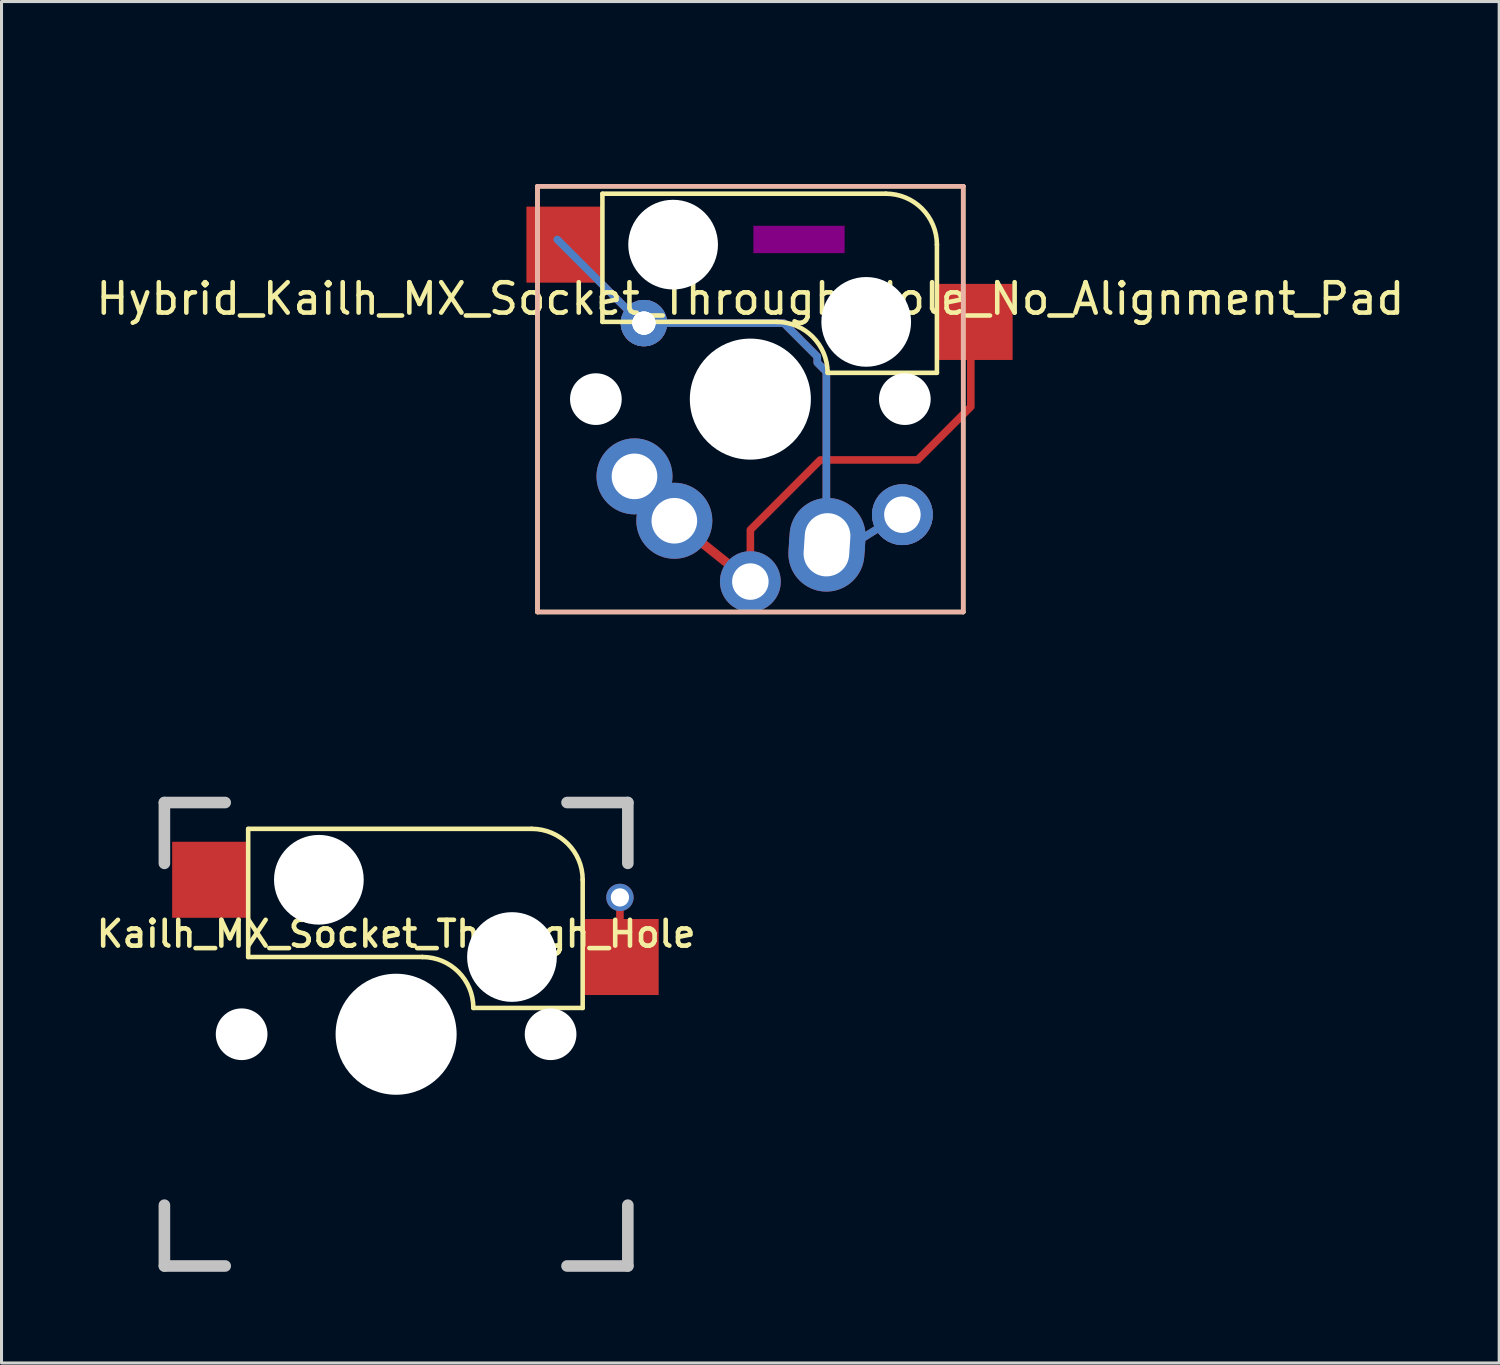
<source format=kicad_pcb>
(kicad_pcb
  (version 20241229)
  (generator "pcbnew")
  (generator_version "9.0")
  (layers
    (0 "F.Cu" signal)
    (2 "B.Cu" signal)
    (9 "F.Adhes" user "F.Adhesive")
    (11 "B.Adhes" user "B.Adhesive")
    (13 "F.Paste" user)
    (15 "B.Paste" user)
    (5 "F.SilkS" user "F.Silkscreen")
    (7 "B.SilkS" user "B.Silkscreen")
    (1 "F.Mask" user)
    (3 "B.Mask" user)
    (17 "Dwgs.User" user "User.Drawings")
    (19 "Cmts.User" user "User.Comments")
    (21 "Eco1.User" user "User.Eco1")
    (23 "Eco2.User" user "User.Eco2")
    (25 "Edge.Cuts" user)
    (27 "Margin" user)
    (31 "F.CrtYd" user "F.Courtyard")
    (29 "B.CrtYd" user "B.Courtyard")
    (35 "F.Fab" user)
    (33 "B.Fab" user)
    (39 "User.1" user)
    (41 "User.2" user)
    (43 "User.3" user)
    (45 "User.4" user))
  (footprint "Hybrid_Kailh_MX_Socket_Through_Hole_No_Alignment_Pad"
    (layer "F.Cu")
    (at 21.625 10.075)
    (property "Reference" "Hybrid_Kailh_MX_Socket_Through_Hole_No_Alignment_Pad" (at 0 -3.3 0) (layer "F.SilkS") (effects (font (size 1 1) (thickness 0.15))))
    (attr through_hole)
    (fp_line (start -7 -7) (end 7 -7) (stroke (width 0.15) (type solid)) (layer "F.SilkS"))
    (fp_line (start -7 7) (end -7 -7) (stroke (width 0.15) (type solid)) (layer "F.SilkS"))
    (fp_line (start -4.865 -6.75) (end -4.865 -2.54) (stroke (width 0.15) (type solid)) (layer "F.SilkS"))
    (fp_line (start 0.865 -2.54) (end -4.865 -2.54) (stroke (width 0.15) (type solid)) (layer "F.SilkS"))
    (fp_line (start 4.46 -6.755) (end -4.865 -6.755) (stroke (width 0.15) (type solid)) (layer "F.SilkS"))
    (fp_line (start 6.135 -5.08) (end 6.135 -0.865) (stroke (width 0.15) (type solid)) (layer "F.SilkS"))
    (fp_line (start 6.135 -0.865) (end 2.54 -0.865) (stroke (width 0.15) (type solid)) (layer "F.SilkS"))
    (fp_line (start 7 -7) (end 7 7) (stroke (width 0.15) (type solid)) (layer "F.SilkS"))
    (fp_line (start 7 7) (end -7 7) (stroke (width 0.15) (type solid)) (layer "F.SilkS"))
    (fp_arc (start 0.865 -2.54) (mid 2.049404 -2.049404) (end 2.54 -0.865) (stroke (width 0.15) (type solid)) (layer "F.SilkS"))
    (fp_arc (start 4.460001 -6.755) (mid 5.644405 -6.264403) (end 6.135 -5.079999) (stroke (width 0.15) (type solid)) (layer "F.SilkS"))
    (fp_line (start -7 -7) (end -7 7) (stroke (width 0.15) (type solid)) (layer "B.SilkS"))
    (fp_line (start -7 7) (end 7 7) (stroke (width 0.15) (type solid)) (layer "B.SilkS"))
    (fp_line (start 7 -7) (end -7 -7) (stroke (width 0.15) (type solid)) (layer "B.SilkS"))
    (fp_line (start 7 7) (end 7 -7) (stroke (width 0.15) (type solid)) (layer "B.SilkS"))
    (fp_poly (pts (xy 0.1 -5.7) (xy 0.1 -4.8) (xy 3.1 -4.8) (xy 3.1 -5.7)) (stroke (width 0) (type solid)) (fill yes) (layer "F.Adhes"))
    (fp_line (start -10 10) (end -10 -10) (stroke (width 0.15) (type solid)) (layer "Eco1.User"))
    (fp_line (start -10 -10) (end 10 -10) (stroke (width 0.15) (type solid)) (layer "Eco1.User"))
    (fp_line (start 10 10) (end -10 10) (stroke (width 0.15) (type solid)) (layer "Eco1.User"))
    (fp_line (start 10 -10) (end 10 10) (stroke (width 0.15) (type solid)) (layer "Eco1.User"))
    (pad "" np_thru_hole circle (at -5.08 0) (size 1.7 1.7) (drill 1.7) (layers "*.Cu" "*.Mask"))
    (pad "" np_thru_hole circle (at -2.54 -5.08) (size 2.95 2.95) (drill 2.95) (layers "*.Cu" "*.Mask"))
    (pad "" np_thru_hole circle (at 0 0) (size 3.98 3.98) (drill 3.98) (layers "*.Cu" "*.Mask"))
    (pad "" np_thru_hole circle (at 3.81 -2.54) (size 2.95 2.95) (drill 2.95) (layers "*.Cu" "*.Mask"))
    (pad "" np_thru_hole circle (at 5.08 0) (size 1.7 1.7) (drill 1.7) (layers "*.Cu" "*.Mask"))
    (pad "1" thru_hole circle (at -3.81 2.54) (size 2.5 2.5) (drill 1.5) (layers "*.Cu" "*.Mask"))
    (pad "1" thru_hole circle (at -2.5 4) (size 2.5 2.5) (drill 1.5) (layers "*.Cu" "*.Mask"))
    (pad "1" thru_hole circle (at 0 6) (size 2 2) (drill 1.2) (layers "*.Cu" "*.Mask"))
    (pad "1" smd rect (at 7.35 -2.54) (size 2.55 2.5) (layers "F.Cu" "F.Mask" "F.Paste"))
    (pad "1" smd custom (at 7.5 -2.5) (size 2 2) (layers "F.Cu") (options (anchor rect)) (primitives (gr_line (start -7.5 6.8) (end -7.5 8.6) (width 0.25)) (gr_line (start -0.25 2.75) (end -2 4.5) (width 0.25)) (gr_line (start -0.25 0.4) (end -0.25 2.75) (width 0.25)) (gr_line (start -11.31 5.04) (end -10 6.5) (width 0.25)) (gr_line (start -2 4.5) (end -5.175 4.5) (width 0.25)) (gr_circle (center -11.31 5.04) (end -11 5.04) (width 1.25) (fill no)) (gr_poly (pts (xy -1.35 -1.225) (xy 1.05 -1.225) (xy 1.05 1.15) (xy -1.35 1.15)) (width 0.1) (fill yes)) (gr_circle (center -10 6.5) (end -9.75 6.5) (width 1.25) (fill no)) (gr_circle (center -7.5 8.5) (end -7.25 8.5) (width 1) (fill no)) (gr_line (start -10 6.5) (end -7.5 8.5) (width 0.3)) (gr_line (start -5.2 4.5) (end -7.5 6.8) (width 0.25))))
    (pad "2" smd rect (at -6.09 -5.08) (size 2.55 2.5) (layers "F.Cu" "F.Mask" "F.Paste"))
    (pad "2" thru_hole circle (at -3.5 -2.5) (size 1.524 1.524) (drill 0.762) (layers "*.Cu"))
    (pad "2" thru_hole custom (at -3.5 -2.5) (size 1.524 1.524) (drill 0.762) (layers "F.Cu") (options (anchor circle)) (primitives (gr_line (start -2.85 -2.75) (end -0.1 0) (width 0.25))))
    (pad "2" thru_hole custom (at -3.5 -2.5) (size 1.524 1.524) (drill 0.762) (layers "B.Cu") (options (anchor circle)) (primitives (gr_line (start 6 1.6) (end 6 7.4) (width 0.25)) (gr_line (start 5.7 1.3) (end 6 1.6) (width 0.25)) (gr_line (start 5.7 1.1) (end 5.7 1.3) (width 0.25)) (gr_line (start 6.5 7.5) (end 8.5 6.25) (width 0.25)) (gr_circle (center 8.5 6.3) (end 9 6.3) (width 1) (fill no)) (gr_line (start 4.6 0) (end 5.7 1.1) (width 0.25)) (gr_line (start -0.1 0) (end 4.6 0) (width 0.25)) (gr_circle (center 6.02 7.29) (end 6.645 7.29) (width 1.25) (fill no)) (gr_circle (center 0 0) (end 0.5 0) (width 0.5) (fill no))))
    (pad "2" thru_hole oval (at 2.52 4.79 356.1) (size 2.5 3.08) (drill oval 1.5 2.08) (layers "*.Cu" "*.Mask"))
    (pad "2" thru_hole circle (at 5 3.8) (size 2 2) (drill 1.2) (layers "*.Cu" "*.Mask")))
  (footprint "Kailh_MX_Socket_Through_Hole"
    (layer "F.Cu")
    (at 9.976 30.961)
    (property "Reference" "Kailh_MX_Socket_Through_Hole" (at 0 -3.3 0) (layer "F.SilkS") (effects (font (size 0.85 0.85) (thickness 0.15))))
    (attr through_hole)
    (fp_line (start -4.865 -6.75) (end -4.865 -2.54) (stroke (width 0.15) (type solid)) (layer "F.SilkS"))
    (fp_line (start 0.865 -2.54) (end -4.865 -2.54) (stroke (width 0.15) (type solid)) (layer "F.SilkS"))
    (fp_line (start 4.46 -6.755) (end -4.865 -6.755) (stroke (width 0.15) (type solid)) (layer "F.SilkS"))
    (fp_line (start 6.135 -5.08) (end 6.135 -0.865) (stroke (width 0.15) (type solid)) (layer "F.SilkS"))
    (fp_line (start 6.135 -0.865) (end 2.54 -0.865) (stroke (width 0.15) (type solid)) (layer "F.SilkS"))
    (fp_arc (start 0.865 -2.54) (mid 2.049404 -2.049404) (end 2.54 -0.865) (stroke (width 0.15) (type solid)) (layer "F.SilkS"))
    (fp_arc (start 4.46 -6.755) (mid 5.644404 -6.264404) (end 6.135 -5.08) (stroke (width 0.15) (type solid)) (layer "F.SilkS"))
    (fp_line (start -7.62 -7.62) (end -5.62 -7.62) (stroke (width 0.381) (type solid)) (layer "Dwgs.User"))
    (fp_line (start -7.62 -5.62) (end -7.62 -7.62) (stroke (width 0.381) (type solid)) (layer "Dwgs.User"))
    (fp_line (start -7.62 5.62) (end -7.62 7.62) (stroke (width 0.381) (type solid)) (layer "Dwgs.User"))
    (fp_line (start -7.62 7.62) (end -5.62 7.62) (stroke (width 0.381) (type solid)) (layer "Dwgs.User"))
    (fp_line (start 5.62 -7.62) (end 7.62 -7.62) (stroke (width 0.381) (type solid)) (layer "Dwgs.User"))
    (fp_line (start 5.62 7.62) (end 7.62 7.62) (stroke (width 0.381) (type solid)) (layer "Dwgs.User"))
    (fp_line (start 7.62 -7.62) (end 7.62 -5.62) (stroke (width 0.381) (type solid)) (layer "Dwgs.User"))
    (fp_line (start 7.62 5.62) (end 7.62 7.62) (stroke (width 0.381) (type solid)) (layer "Dwgs.User"))
    (pad "" np_thru_hole circle (at -5.08 0) (size 1.7 1.7) (drill 1.7) (layers "*.Cu" "*.Mask"))
    (pad "" np_thru_hole circle (at -2.54 -5.08) (size 2.95 2.95) (drill 2.95) (layers "*.Cu" "*.Mask"))
    (pad "" np_thru_hole circle (at 0 0) (size 3.98 3.98) (drill 3.98) (layers "*.Cu" "*.Mask"))
    (pad "" np_thru_hole circle (at 3.81 -2.54) (size 2.95 2.95) (drill 2.95) (layers "*.Cu" "*.Mask"))
    (pad "" np_thru_hole circle (at 5.08 0) (size 1.7 1.7) (drill 1.7) (layers "*.Cu" "*.Mask"))
    (pad "1" thru_hole circle (at 7.36 -4.5) (size 0.9 0.9) (drill 0.6) (layers "*.Cu"))
    (pad "1" smd rect (at 7.36 -3.5) (size 0.25 2.5) (layers "F.Cu"))
    (pad "1" smd rect (at 7.36 -2.54) (size 2.55 2.5) (layers "F.Cu" "F.Mask" "F.Paste"))
    (pad "2" smd rect (at -6.09 -5.08) (size 2.55 2.5) (layers "F.Cu" "F.Mask" "F.Paste")))
  (gr_rect
    (start -3 -3)
    (end 46.25 41.771)
    (stroke (width 0.1) (type default))
    (fill no)
    (layer "Edge.Cuts")))
</source>
